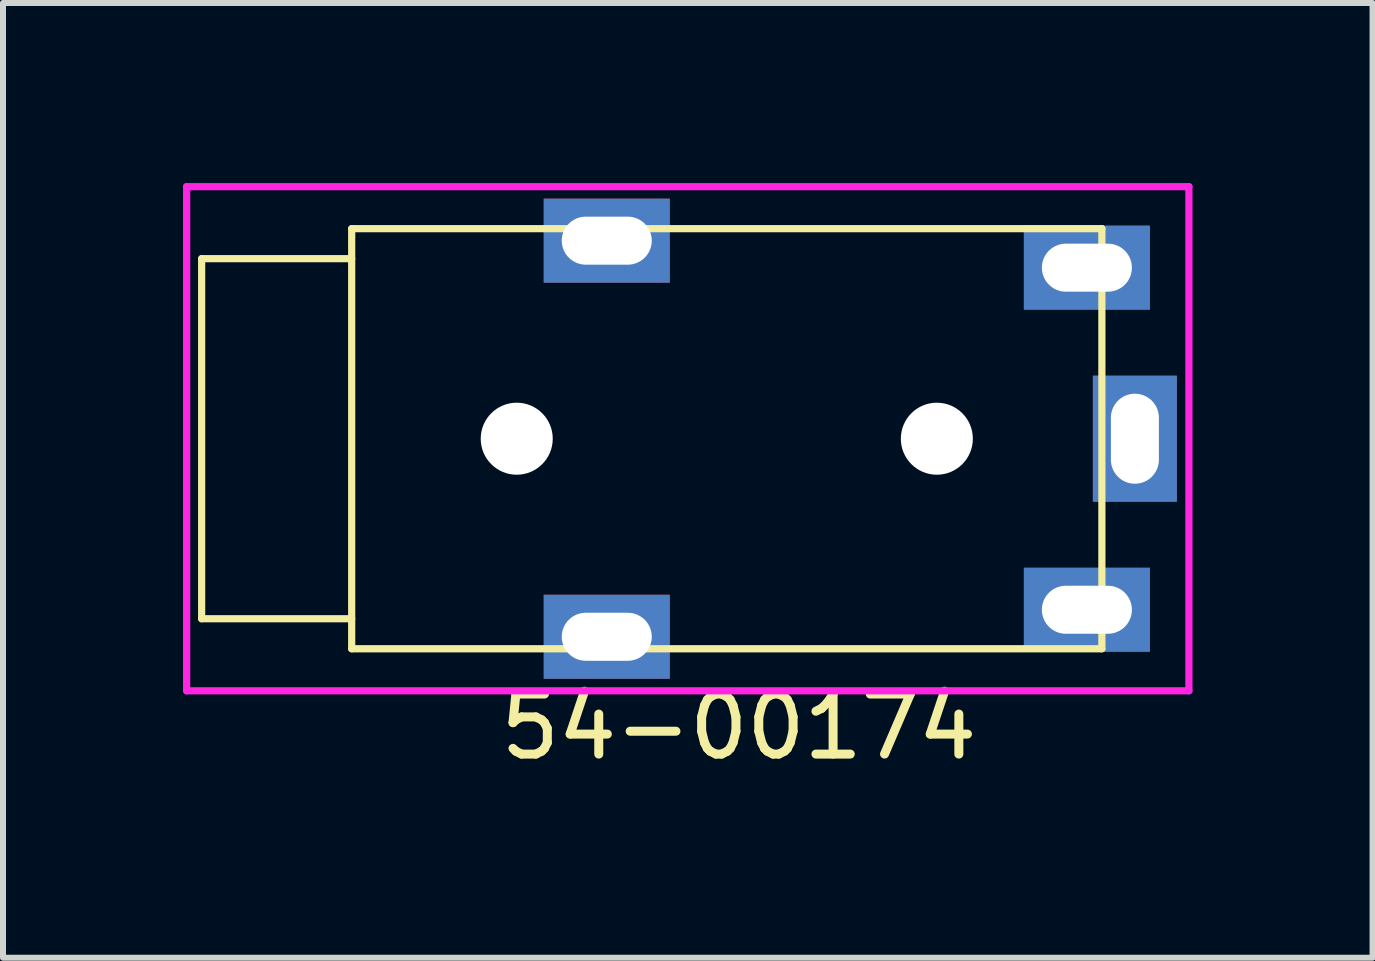
<source format=kicad_pcb>
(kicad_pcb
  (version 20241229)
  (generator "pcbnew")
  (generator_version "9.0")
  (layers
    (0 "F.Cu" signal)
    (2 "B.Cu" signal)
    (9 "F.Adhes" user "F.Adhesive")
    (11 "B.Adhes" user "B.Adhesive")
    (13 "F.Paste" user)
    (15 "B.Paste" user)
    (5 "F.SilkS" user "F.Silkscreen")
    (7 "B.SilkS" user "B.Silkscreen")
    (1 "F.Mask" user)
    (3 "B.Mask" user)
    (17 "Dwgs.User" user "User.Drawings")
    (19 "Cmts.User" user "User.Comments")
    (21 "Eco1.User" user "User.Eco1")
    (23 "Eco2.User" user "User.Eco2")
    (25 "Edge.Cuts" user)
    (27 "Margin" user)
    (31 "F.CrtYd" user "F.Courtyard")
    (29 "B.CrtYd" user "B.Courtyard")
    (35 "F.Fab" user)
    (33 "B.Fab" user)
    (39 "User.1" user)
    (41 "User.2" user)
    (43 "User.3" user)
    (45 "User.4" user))
  (footprint "54-00174"
    (layer "F.Cu")
    (at 9.06 4.26)
    (property "Reference" "54-00174" (at 0.2 4.8 0) (layer "F.SilkS") (effects (font (size 1 1) (thickness 0.15))))
    (attr through_hole)
    (fp_line (start -8.75 -3) (end -8.75 3) (stroke (width 0.12) (type solid)) (layer "F.SilkS"))
    (fp_line (start -8.75 -3) (end -6.25 -3) (stroke (width 0.12) (type solid)) (layer "F.SilkS"))
    (fp_line (start -8.75 3) (end -6.25 3) (stroke (width 0.12) (type solid)) (layer "F.SilkS"))
    (fp_line (start -6.25 -3.5) (end -6.25 3.5) (stroke (width 0.12) (type solid)) (layer "F.SilkS"))
    (fp_line (start -6.25 -3.5) (end 6.25 -3.5) (stroke (width 0.12) (type solid)) (layer "F.SilkS"))
    (fp_line (start -6.25 3.5) (end 6.25 3.5) (stroke (width 0.12) (type solid)) (layer "F.SilkS"))
    (fp_line (start 6.25 -3.5) (end 6.25 3.5) (stroke (width 0.12) (type solid)) (layer "F.SilkS"))
    (fp_line (start -9 -4.2) (end 7.7 -4.2) (stroke (width 0.12) (type solid)) (layer "F.CrtYd"))
    (fp_line (start -9 4.2) (end -9 -4.2) (stroke (width 0.12) (type solid)) (layer "F.CrtYd"))
    (fp_line (start 7.7 -4.2) (end 7.7 4.2) (stroke (width 0.12) (type solid)) (layer "F.CrtYd"))
    (fp_line (start 7.7 4.2) (end -9 4.2) (stroke (width 0.12) (type solid)) (layer "F.CrtYd"))
    (pad "" np_thru_hole circle (at -3.5 0) (size 1.2 1.2) (drill 1.2) (layers "*.Cu" "*.Mask"))
    (pad "" np_thru_hole circle (at 3.5 0) (size 1.2 1.2) (drill 1.2) (layers "*.Cu" "*.Mask"))
    (pad "R1" thru_hole rect (at 6 2.85 180) (size 2.1 1.4) (drill oval 1.5 0.8) (layers "*.Cu" "*.Mask"))
    (pad "R2" thru_hole rect (at 6 -2.85 180) (size 2.1 1.4) (drill oval 1.5 0.8) (layers "*.Cu" "*.Mask"))
    (pad "S" thru_hole rect (at 6.8 0 90) (size 2.1 1.4) (drill oval 1.5 0.8) (layers "*.Cu" "*.Mask"))
    (pad "T" thru_hole rect (at -2 -3.3 180) (size 2.1 1.4) (drill oval 1.5 0.8) (layers "*.Cu" "*.Mask"))
    (pad "T" thru_hole rect (at -2 3.3 180) (size 2.1 1.4) (drill oval 1.5 0.8) (layers "*.Cu" "*.Mask")))
  (gr_rect
    (start -3 -3)
    (end 19.82 12.908)
    (stroke (width 0.1) (type default))
    (fill no)
    (layer "Edge.Cuts")))
</source>
